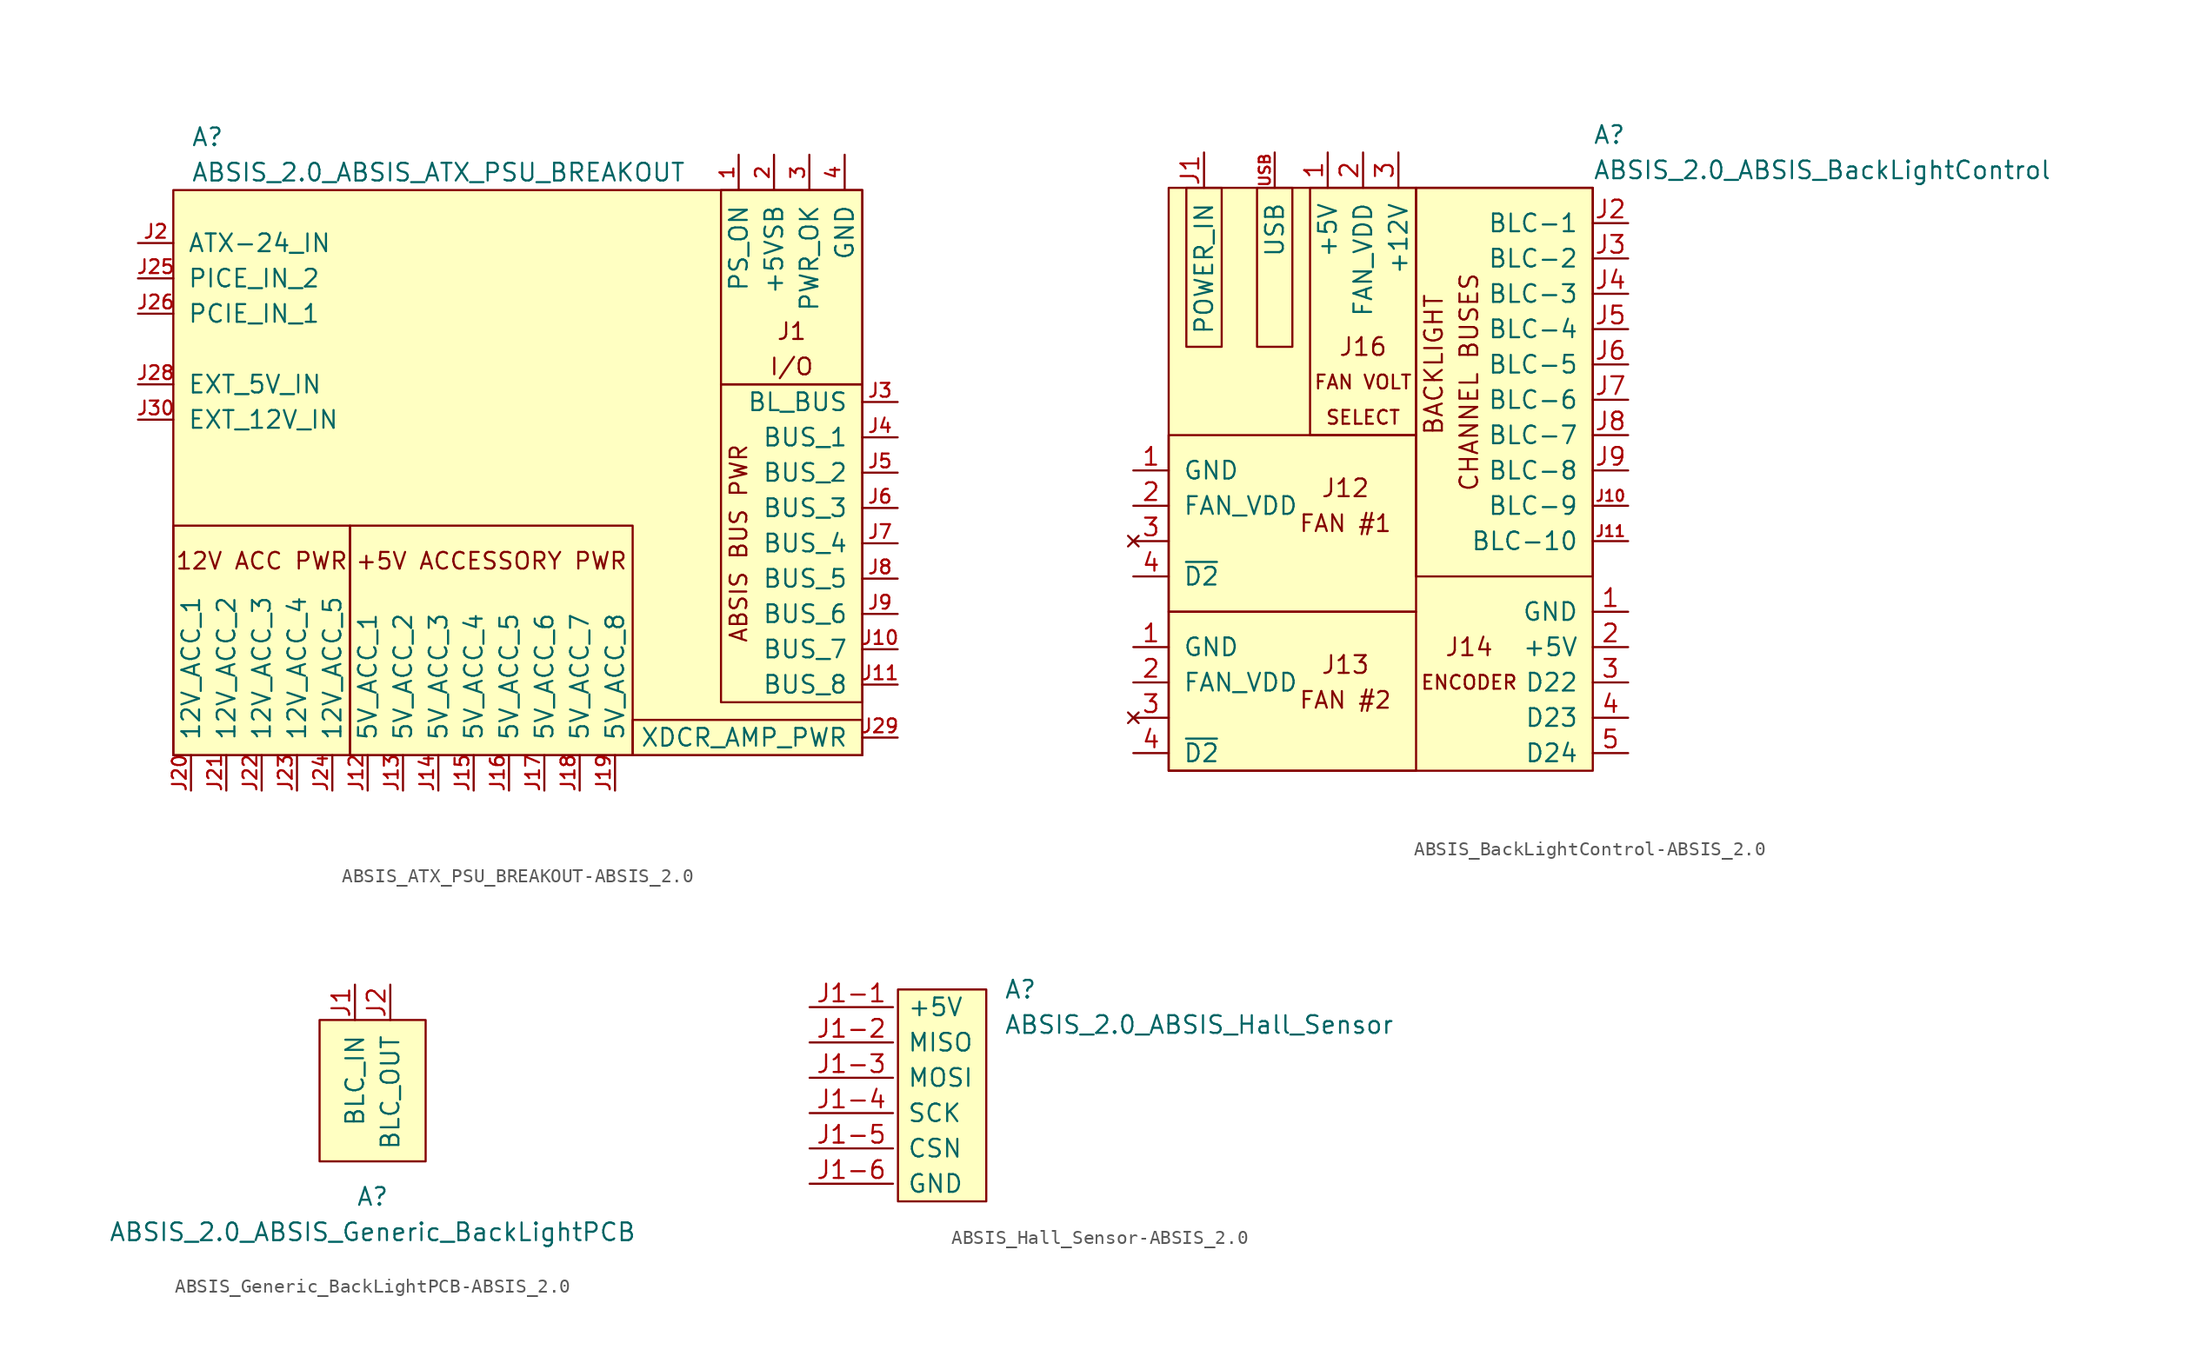
<source format=kicad_sym>
(kicad_symbol_lib
  (version 20220914)
  (generator kicad_symbol_editor)
  (symbol "ABSIS_ATX_PSU_BREAKOUT-ABSIS_2.0"
    (pin_names
      (offset 1.016))
    (property "Reference" "A"
      (at -35.56 -11.43 0)
      (effects (font (size 1.27 1.27)) (justify left)))
    (property "Value" "ABSIS_2.0_ABSIS_ATX_PSU_BREAKOUT"
      (at -35.56 -13.97 0)
      (effects (font (size 1.27 1.27)) (justify left)))
    (symbol "ABSIS_ATX_PSU_BREAKOUT-ABSIS_2.0_0_0"
      (rectangle (start -36.83 -55.88) (end -24.13 -39.37) (stroke (width 0) (type solid)) (fill (type none)))
      (rectangle (start -24.13 -55.88) (end -3.81 -39.37) (stroke (width 0) (type solid)) (fill (type none)))
      (rectangle (start -3.81 -55.88) (end 12.7 -53.34) (stroke (width 0) (type solid)) (fill (type none)))
      (rectangle (start 2.54 -15.24) (end 12.7 -29.21) (stroke (width 0) (type solid)) (fill (type none)))
      (rectangle (start 12.7 -55.88) (end -36.83 -15.24) (stroke (width 0) (type solid)) (fill (type background)))
      (rectangle (start 12.7 -29.21) (end 2.54 -52.07) (stroke (width 0) (type solid)) (fill (type none)))
      (text "+5V ACCESSORY PWR" (at -13.97 -41.91 0) (effects (font (size 1.194 1.194))))
      (text "12V ACC PWR" (at -30.48 -41.91 0) (effects (font (size 1.194 1.194))))
      (text "ABSIS BUS PWR" (at 3.81 -40.64 900) (effects (font (size 1.194 1.194))))
      (text "I/O" (at 7.62 -27.94 0) (effects (font (size 1.194 1.194))))
      (text "J1" (at 7.62 -25.4 0) (effects (font (size 1.194 1.194))))
      (pin input line (at 3.81 -12.7 270) (length 2.54) (name "PS_ON" (effects (font (size 1.27 1.27)))) (number "1" (effects (font (size 0.991 0.991)))))
      (pin power_out line (at 6.35 -12.7 270) (length 2.54) (name "+5VSB" (effects (font (size 1.27 1.27)))) (number "2" (effects (font (size 0.991 0.991)))))
      (pin output line (at 8.89 -12.7 270) (length 2.54) (name "PWR_OK" (effects (font (size 1.27 1.27)))) (number "3" (effects (font (size 0.991 0.991)))))
      (pin power_in line (at 11.43 -12.7 270) (length 2.54) (name "GND" (effects (font (size 1.27 1.27)))) (number "4" (effects (font (size 0.991 0.991)))))
      (pin unspecified line (at 15.24 -48.26 180) (length 2.54) (name "BUS_7" (effects (font (size 1.27 1.27)))) (number "J10" (effects (font (size 0.991 0.991)))))
      (pin unspecified line (at 15.24 -50.8 180) (length 2.54) (name "BUS_8" (effects (font (size 1.27 1.27)))) (number "J11" (effects (font (size 0.991 0.991)))))
      (pin unspecified line (at -22.86 -58.42 90) (length 2.54) (name "5V_ACC_1" (effects (font (size 1.27 1.27)))) (number "J12" (effects (font (size 0.991 0.991)))))
      (pin unspecified line (at -20.32 -58.42 90) (length 2.54) (name "5V_ACC_2" (effects (font (size 1.27 1.27)))) (number "J13" (effects (font (size 0.991 0.991)))))
      (pin unspecified line (at -17.78 -58.42 90) (length 2.54) (name "5V_ACC_3" (effects (font (size 1.27 1.27)))) (number "J14" (effects (font (size 0.991 0.991)))))
      (pin unspecified line (at -15.24 -58.42 90) (length 2.54) (name "5V_ACC_4" (effects (font (size 1.27 1.27)))) (number "J15" (effects (font (size 0.991 0.991)))))
      (pin unspecified line (at -12.7 -58.42 90) (length 2.54) (name "5V_ACC_5" (effects (font (size 1.27 1.27)))) (number "J16" (effects (font (size 0.991 0.991)))))
      (pin unspecified line (at -10.16 -58.42 90) (length 2.54) (name "5V_ACC_6" (effects (font (size 1.27 1.27)))) (number "J17" (effects (font (size 0.991 0.991)))))
      (pin unspecified line (at -7.62 -58.42 90) (length 2.54) (name "5V_ACC_7" (effects (font (size 1.27 1.27)))) (number "J18" (effects (font (size 0.991 0.991)))))
      (pin unspecified line (at -5.08 -58.42 90) (length 2.54) (name "5V_ACC_8" (effects (font (size 1.27 1.27)))) (number "J19" (effects (font (size 0.991 0.991)))))
      (pin unspecified line (at -39.37 -19.05 0) (length 2.54) (name "ATX-24_IN" (effects (font (size 1.27 1.27)))) (number "J2" (effects (font (size 0.991 0.991)))))
      (pin unspecified line (at -35.56 -58.42 90) (length 2.54) (name "12V_ACC_1" (effects (font (size 1.27 1.27)))) (number "J20" (effects (font (size 0.991 0.991)))))
      (pin unspecified line (at -33.02 -58.42 90) (length 2.54) (name "12V_ACC_2" (effects (font (size 1.27 1.27)))) (number "J21" (effects (font (size 0.991 0.991)))))
      (pin unspecified line (at -30.48 -58.42 90) (length 2.54) (name "12V_ACC_3" (effects (font (size 1.27 1.27)))) (number "J22" (effects (font (size 0.991 0.991)))))
      (pin unspecified line (at -27.94 -58.42 90) (length 2.54) (name "12V_ACC_4" (effects (font (size 1.27 1.27)))) (number "J23" (effects (font (size 0.991 0.991)))))
      (pin unspecified line (at -25.4 -58.42 90) (length 2.54) (name "12V_ACC_5" (effects (font (size 1.27 1.27)))) (number "J24" (effects (font (size 0.991 0.991)))))
      (pin unspecified line (at -39.37 -21.59 0) (length 2.54) (name "PICE_IN_2" (effects (font (size 1.27 1.27)))) (number "J25" (effects (font (size 0.991 0.991)))))
      (pin unspecified line (at -39.37 -24.13 0) (length 2.54) (name "PCIE_IN_1" (effects (font (size 1.27 1.27)))) (number "J26" (effects (font (size 0.991 0.991)))))
      (pin unspecified line (at -39.37 -29.21 0) (length 2.54) (name "EXT_5V_IN" (effects (font (size 1.27 1.27)))) (number "J28" (effects (font (size 0.991 0.991)))))
      (pin unspecified line (at 15.24 -54.61 180) (length 2.54) (name "XDCR_AMP_PWR" (effects (font (size 1.27 1.27)))) (number "J29" (effects (font (size 0.991 0.991)))))
      (pin unspecified line (at 15.24 -30.48 180) (length 2.54) (name "BL_BUS" (effects (font (size 1.27 1.27)))) (number "J3" (effects (font (size 0.991 0.991)))))
      (pin unspecified line (at -39.37 -31.75 0) (length 2.54) (name "EXT_12V_IN" (effects (font (size 1.27 1.27)))) (number "J30" (effects (font (size 0.991 0.991)))))
      (pin unspecified line (at 15.24 -33.02 180) (length 2.54) (name "BUS_1" (effects (font (size 1.27 1.27)))) (number "J4" (effects (font (size 0.991 0.991)))))
      (pin unspecified line (at 15.24 -35.56 180) (length 2.54) (name "BUS_2" (effects (font (size 1.27 1.27)))) (number "J5" (effects (font (size 0.991 0.991)))))
      (pin unspecified line (at 15.24 -38.1 180) (length 2.54) (name "BUS_3" (effects (font (size 1.27 1.27)))) (number "J6" (effects (font (size 0.991 0.991)))))
      (pin unspecified line (at 15.24 -40.64 180) (length 2.54) (name "BUS_4" (effects (font (size 1.27 1.27)))) (number "J7" (effects (font (size 0.991 0.991)))))
      (pin unspecified line (at 15.24 -43.18 180) (length 2.54) (name "BUS_5" (effects (font (size 1.27 1.27)))) (number "J8" (effects (font (size 0.991 0.991)))))
      (pin unspecified line (at 15.24 -45.72 180) (length 2.54) (name "BUS_6" (effects (font (size 1.27 1.27)))) (number "J9" (effects (font (size 0.991 0.991)))))))
  (symbol "ABSIS_BackLightControl-ABSIS_2.0"
    (pin_names
      (offset 1.016))
    (property "Reference" "A"
      (at 15.24 29.21 0)
      (effects (font (size 1.27 1.27)) (justify left)))
    (property "Value" "ABSIS_2.0_ABSIS_BackLightControl"
      (at 15.24 26.67 0)
      (effects (font (size 1.27 1.27)) (justify left)))
    (symbol "ABSIS_BackLightControl-ABSIS_2.0_0_0"
      (rectangle (start -15.24 -16.51) (end 15.24 25.4) (stroke (width 0) (type solid)) (fill (type background)))
      (rectangle (start -15.24 -5.08) (end 2.54 -16.51) (stroke (width 0) (type solid)) (fill (type none)))
      (rectangle (start -13.97 25.4) (end -11.43 13.97) (stroke (width 0) (type solid)) (fill (type none)))
      (rectangle (start -8.89 25.4) (end -6.35 13.97) (stroke (width 0) (type solid)) (fill (type none)))
      (rectangle (start -5.08 25.4) (end 2.54 7.62) (stroke (width 0) (type solid)) (fill (type none)))
      (rectangle (start 2.54 7.62) (end -15.24 -5.08) (stroke (width 0) (type solid)) (fill (type none)))
      (rectangle (start 2.54 25.4) (end 15.24 -2.54) (stroke (width 0) (type solid)) (fill (type none)))
      (text "BACKLIGHT" (at 3.81 12.7 900) (effects (font (size 1.27 1.27))))
      (text "CHANNEL BUSES" (at 6.35 11.43 900) (effects (font (size 1.27 1.27))))
      (text "ENCODER" (at 6.35 -10.16 0) (effects (font (size 0.991 0.991))))
      (text "FAN #1" (at -2.54 1.27 0) (effects (font (size 1.194 1.194))))
      (text "FAN #2" (at -2.54 -11.43 0) (effects (font (size 1.194 1.194))))
      (text "FAN VOLT" (at -1.27 11.43 0) (effects (font (size 0.991 0.991))))
      (text "J12" (at -2.54 3.81 0) (effects (font (size 1.27 1.27))))
      (text "J13" (at -2.54 -8.89 0) (effects (font (size 1.27 1.27))))
      (text "J14" (at 6.35 -7.62 0) (effects (font (size 1.27 1.27))))
      (text "J16" (at -1.27 13.97 0) (effects (font (size 1.27 1.27))))
      (text "SELECT" (at -1.27 8.89 0) (effects (font (size 0.991 0.991))))
      (pin unspecified line (at -3.81 27.94 270) (length 2.54) (name "+5V" (effects (font (size 1.27 1.27)))) (number "1" (effects (font (size 1.27 1.27)))))
      (pin unspecified line (at -17.78 -7.62 0) (length 2.54) (name "GND" (effects (font (size 1.27 1.27)))) (number "1" (effects (font (size 1.27 1.27)))))
      (pin unspecified line (at -17.78 5.08 0) (length 2.54) (name "GND" (effects (font (size 1.27 1.27)))) (number "1" (effects (font (size 1.27 1.27)))))
      (pin unspecified line (at 17.78 -5.08 180) (length 2.54) (name "GND" (effects (font (size 1.27 1.27)))) (number "1" (effects (font (size 1.27 1.27)))))
      (pin unspecified line (at 17.78 -7.62 180) (length 2.54) (name "+5V" (effects (font (size 1.27 1.27)))) (number "2" (effects (font (size 1.27 1.27)))))
      (pin unspecified line (at -17.78 -10.16 0) (length 2.54) (name "FAN_VDD" (effects (font (size 1.27 1.27)))) (number "2" (effects (font (size 1.27 1.27)))))
      (pin unspecified line (at -17.78 2.54 0) (length 2.54) (name "FAN_VDD" (effects (font (size 1.27 1.27)))) (number "2" (effects (font (size 1.27 1.27)))))
      (pin unspecified line (at -1.27 27.94 270) (length 2.54) (name "FAN_VDD" (effects (font (size 1.27 1.27)))) (number "2" (effects (font (size 1.27 1.27)))))
      (pin unspecified line (at 1.27 27.94 270) (length 2.54) (name "+12V" (effects (font (size 1.27 1.27)))) (number "3" (effects (font (size 1.27 1.27)))))
      (pin unspecified line (at 17.78 -10.16 180) (length 2.54) (name "D22" (effects (font (size 1.27 1.27)))) (number "3" (effects (font (size 1.27 1.27)))))
      (pin no_connect line (at -17.78 -12.7 0) (length 2.54) (name "~" (effects (font (size 1.27 1.27)))) (number "3" (effects (font (size 1.27 1.27)))))
      (pin no_connect line (at -17.78 0 0) (length 2.54) (name "~" (effects (font (size 1.27 1.27)))) (number "3" (effects (font (size 1.27 1.27)))))
      (pin unspecified line (at 17.78 -12.7 180) (length 2.54) (name "D23" (effects (font (size 1.27 1.27)))) (number "4" (effects (font (size 1.27 1.27)))))
      (pin unspecified line (at -17.78 -15.24 0) (length 2.54) (name "~{D2}" (effects (font (size 1.27 1.27)))) (number "4" (effects (font (size 1.27 1.27)))))
      (pin unspecified line (at -17.78 -2.54 0) (length 2.54) (name "~{D2}" (effects (font (size 1.27 1.27)))) (number "4" (effects (font (size 1.27 1.27)))))
      (pin unspecified line (at 17.78 -15.24 180) (length 2.54) (name "D24" (effects (font (size 1.27 1.27)))) (number "5" (effects (font (size 1.27 1.27)))))
      (pin unspecified line (at -12.7 27.94 270) (length 2.54) (name "POWER_IN" (effects (font (size 1.27 1.27)))) (number "J1" (effects (font (size 1.27 1.27)))))
      (pin bidirectional line (at 17.78 2.54 180) (length 2.54) (name "BLC-9" (effects (font (size 1.27 1.27)))) (number "J10" (effects (font (size 0.787 0.787)))))
      (pin bidirectional line (at 17.78 0 180) (length 2.54) (name "BLC-10" (effects (font (size 1.27 1.27)))) (number "J11" (effects (font (size 0.787 0.787)))))
      (pin bidirectional line (at 17.78 22.86 180) (length 2.54) (name "BLC-1" (effects (font (size 1.27 1.27)))) (number "J2" (effects (font (size 1.27 1.27)))))
      (pin bidirectional line (at 17.78 20.32 180) (length 2.54) (name "BLC-2" (effects (font (size 1.27 1.27)))) (number "J3" (effects (font (size 1.27 1.27)))))
      (pin bidirectional line (at 17.78 17.78 180) (length 2.54) (name "BLC-3" (effects (font (size 1.27 1.27)))) (number "J4" (effects (font (size 1.27 1.27)))))
      (pin bidirectional line (at 17.78 15.24 180) (length 2.54) (name "BLC-4" (effects (font (size 1.27 1.27)))) (number "J5" (effects (font (size 1.27 1.27)))))
      (pin bidirectional line (at 17.78 12.7 180) (length 2.54) (name "BLC-5" (effects (font (size 1.27 1.27)))) (number "J6" (effects (font (size 1.27 1.27)))))
      (pin bidirectional line (at 17.78 10.16 180) (length 2.54) (name "BLC-6" (effects (font (size 1.27 1.27)))) (number "J7" (effects (font (size 1.27 1.27)))))
      (pin bidirectional line (at 17.78 7.62 180) (length 2.54) (name "BLC-7" (effects (font (size 1.27 1.27)))) (number "J8" (effects (font (size 1.27 1.27)))))
      (pin bidirectional line (at 17.78 5.08 180) (length 2.54) (name "BLC-8" (effects (font (size 1.27 1.27)))) (number "J9" (effects (font (size 1.27 1.27)))))
      (pin unspecified line (at -7.62 27.94 270) (length 2.54) (name "USB" (effects (font (size 1.27 1.27)))) (number "USB" (effects (font (size 0.787 0.787)))))))
  (symbol "ABSIS_Generic_BackLightPCB-ABSIS_2.0"
    (pin_names
      (offset 1.016))
    (property "Reference" "A"
      (at 0 -8.89 0)
      (effects (font (size 1.27 1.27))))
    (property "Value" "ABSIS_2.0_ABSIS_Generic_BackLightPCB"
      (at 0 -11.43 0)
      (effects (font (size 1.27 1.27))))
    (symbol "ABSIS_Generic_BackLightPCB-ABSIS_2.0_0_0"
      (pin unspecified line (at -1.27 6.35 270) (length 2.54) (name "BLC_IN" (effects (font (size 1.27 1.27)))) (number "J1" (effects (font (size 1.27 1.27)))))
      (pin unspecified line (at 1.27 6.35 270) (length 2.54) (name "BLC_OUT" (effects (font (size 1.27 1.27)))) (number "J2" (effects (font (size 1.27 1.27))))))
    (symbol "ABSIS_Generic_BackLightPCB-ABSIS_2.0_0_1"
      (rectangle (start -3.81 3.81) (end 3.81 -6.35) (stroke (width 0) (type solid)) (fill (type background)))))
  (symbol "ABSIS_Hall_Sensor-ABSIS_2.0"
    (pin_names
      (offset 1.016))
    (property "Reference" "A"
      (at 7.62 -1.27 0)
      (effects (font (size 1.27 1.27)) (justify left)))
    (property "Value" "ABSIS_2.0_ABSIS_Hall_Sensor"
      (at 7.62 -3.81 0)
      (effects (font (size 1.27 1.27)) (justify left)))
    (symbol "ABSIS_Hall_Sensor-ABSIS_2.0_0_0"
      (pin unspecified line (at -6.35 -2.54 0) (length 5.994) (name "+5V" (effects (font (size 1.27 1.27)))) (number "J1-1" (effects (font (size 1.27 1.27)))))
      (pin unspecified line (at -6.35 -5.08 0) (length 5.994) (name "MISO" (effects (font (size 1.27 1.27)))) (number "J1-2" (effects (font (size 1.27 1.27)))))
      (pin unspecified line (at -6.35 -7.62 0) (length 5.994) (name "MOSI" (effects (font (size 1.27 1.27)))) (number "J1-3" (effects (font (size 1.27 1.27)))))
      (pin unspecified line (at -6.35 -10.16 0) (length 5.994) (name "SCK" (effects (font (size 1.27 1.27)))) (number "J1-4" (effects (font (size 1.27 1.27)))))
      (pin unspecified line (at -6.35 -12.7 0) (length 5.994) (name "CSN" (effects (font (size 1.27 1.27)))) (number "J1-5" (effects (font (size 1.27 1.27)))))
      (pin unspecified line (at -6.35 -15.24 0) (length 5.994) (name "GND" (effects (font (size 1.27 1.27)))) (number "J1-6" (effects (font (size 1.27 1.27))))))
    (symbol "ABSIS_Hall_Sensor-ABSIS_2.0_0_1"
      (rectangle (start 0 -1.27) (end 6.35 -16.51) (stroke (width 0) (type solid)) (fill (type background))))))
</source>
